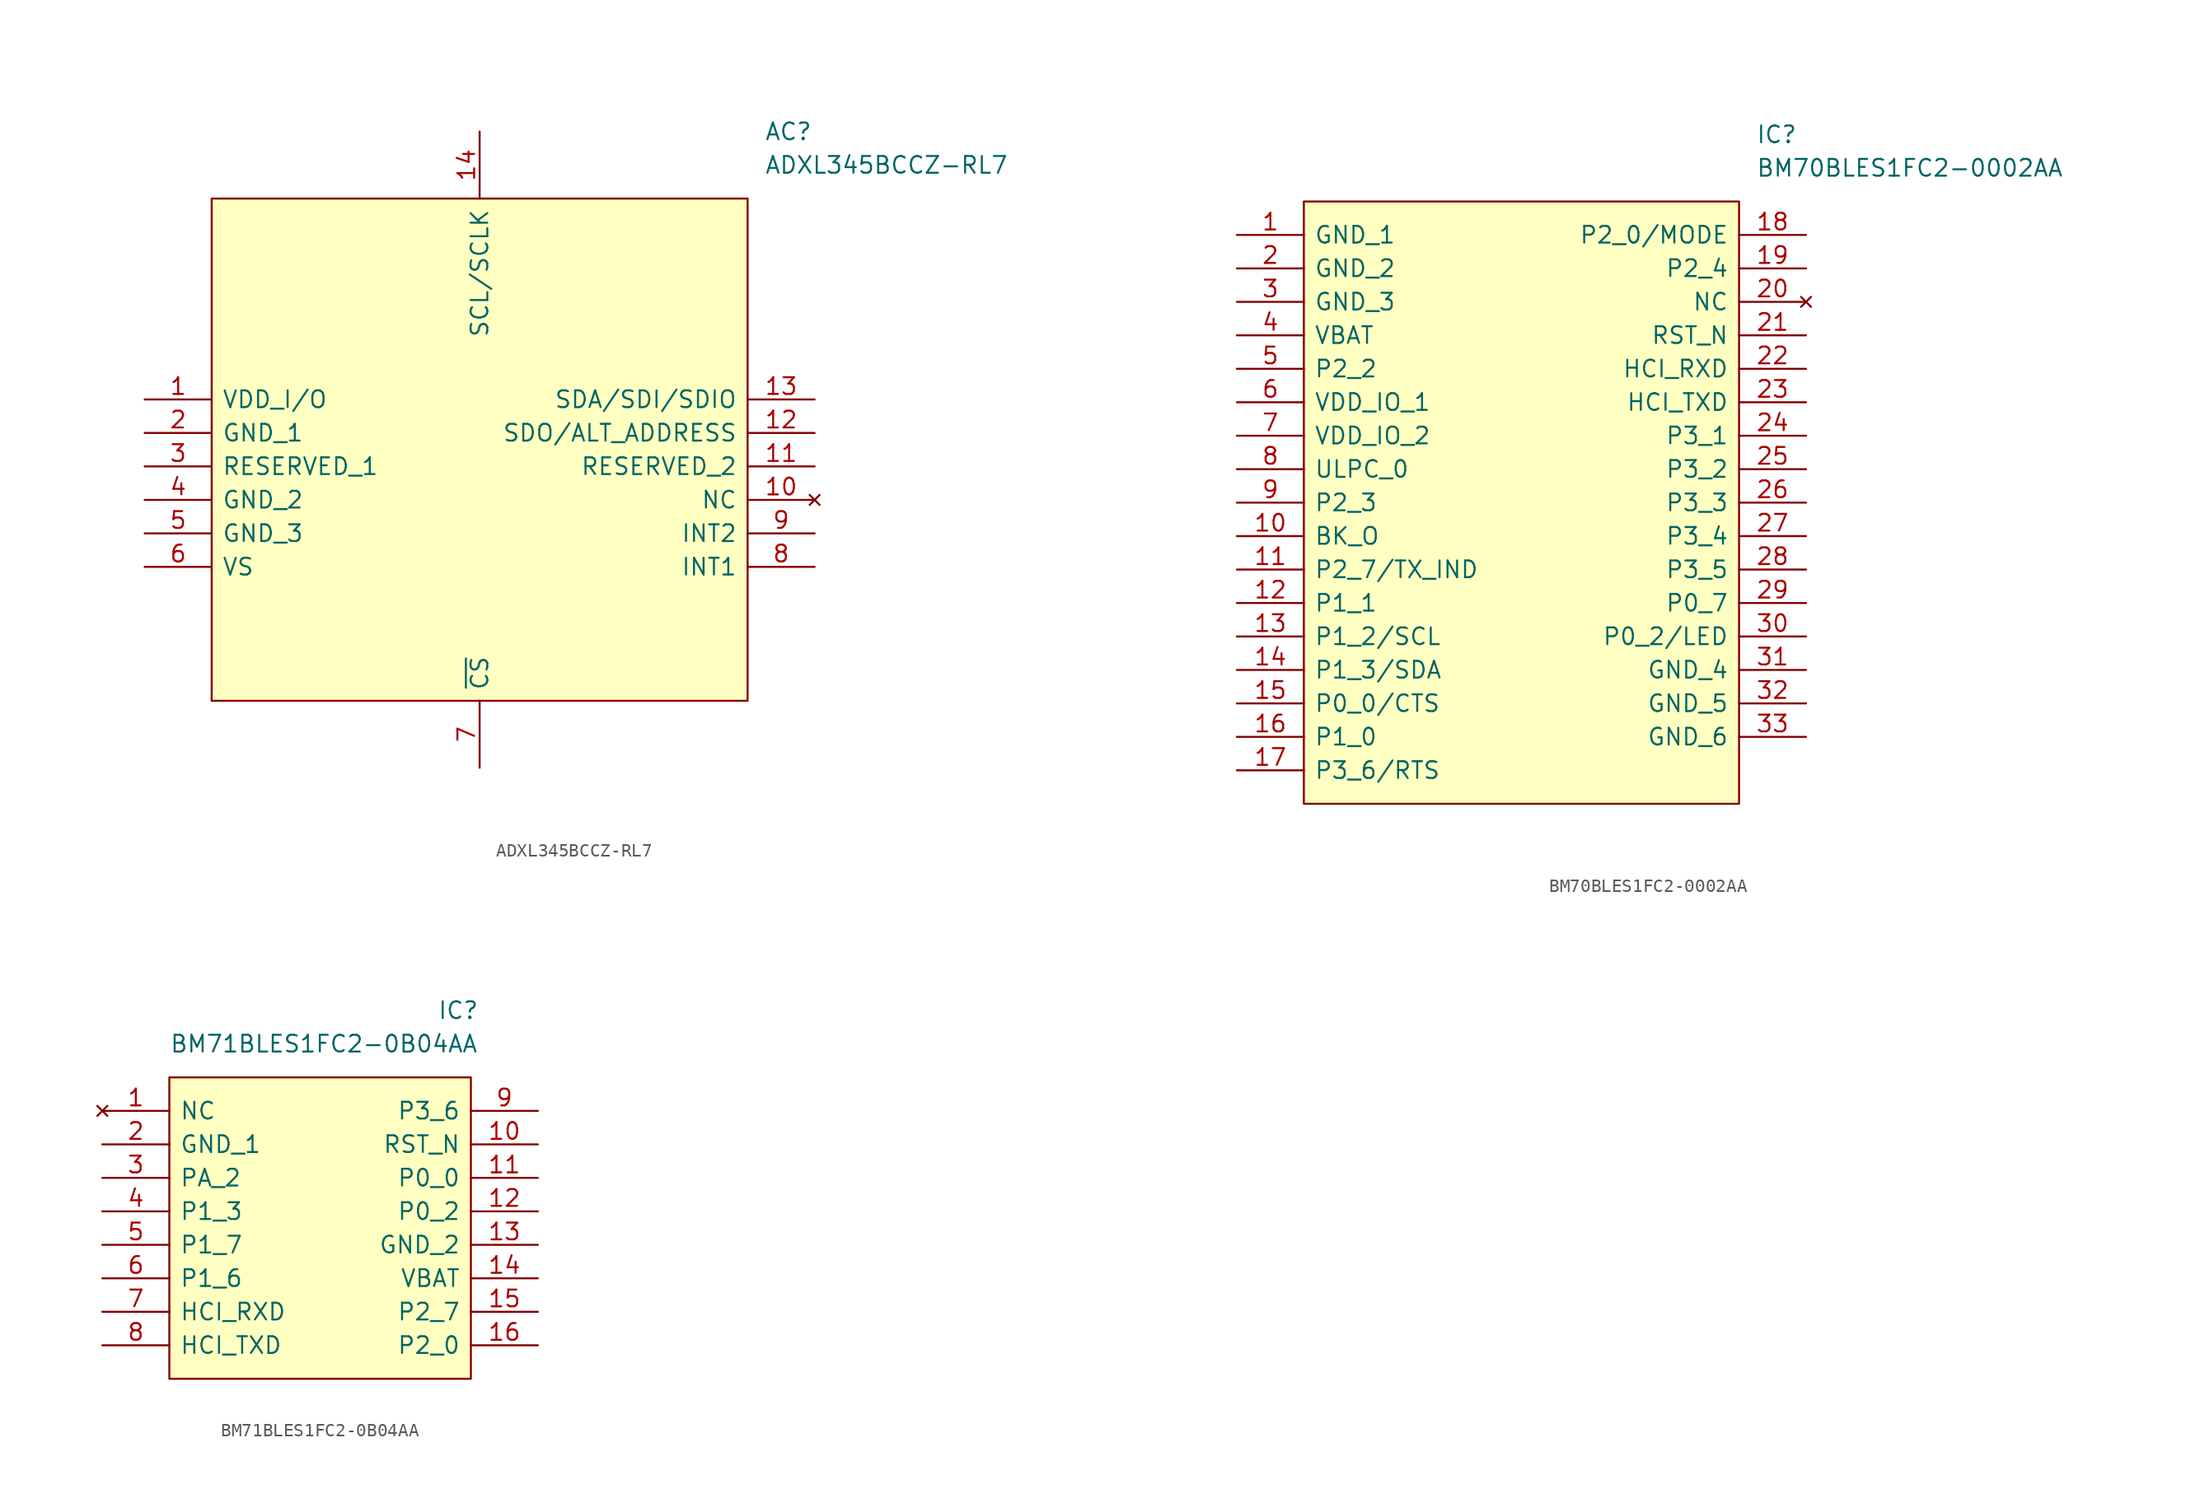
<source format=kicad_sym>
(kicad_symbol_lib
  (version 20220914)
  (generator kicad_symbol_editor)
  (symbol "ADXL345BCCZ-RL7"
    (pin_names
      (offset 0.762))
    (property "Reference" "AC"
      (at 46.99 20.32 0)
      (effects (font (size 1.27 1.27)) (justify left)))
    (property "Value" "ADXL345BCCZ-RL7"
      (at 46.99 17.78 0)
      (effects (font (size 1.27 1.27)) (justify left)))
    (symbol "ADXL345BCCZ-RL7_0_0"
      (pin passive line (at 0 0 0) (length 5.08) (name "VDD_I/O" (effects (font (size 1.27 1.27)))) (number "1" (effects (font (size 1.27 1.27)))))
      (pin no_connect line (at 50.8 -7.62 180) (length 5.08) (name "NC" (effects (font (size 1.27 1.27)))) (number "10" (effects (font (size 1.27 1.27)))))
      (pin passive line (at 50.8 -5.08 180) (length 5.08) (name "RESERVED_2" (effects (font (size 1.27 1.27)))) (number "11" (effects (font (size 1.27 1.27)))))
      (pin passive line (at 50.8 -2.54 180) (length 5.08) (name "SDO/ALT_ADDRESS" (effects (font (size 1.27 1.27)))) (number "12" (effects (font (size 1.27 1.27)))))
      (pin passive line (at 50.8 0 180) (length 5.08) (name "SDA/SDI/SDIO" (effects (font (size 1.27 1.27)))) (number "13" (effects (font (size 1.27 1.27)))))
      (pin passive line (at 25.4 20.32 270) (length 5.08) (name "SCL/SCLK" (effects (font (size 1.27 1.27)))) (number "14" (effects (font (size 1.27 1.27)))))
      (pin passive line (at 0 -2.54 0) (length 5.08) (name "GND_1" (effects (font (size 1.27 1.27)))) (number "2" (effects (font (size 1.27 1.27)))))
      (pin passive line (at 0 -5.08 0) (length 5.08) (name "RESERVED_1" (effects (font (size 1.27 1.27)))) (number "3" (effects (font (size 1.27 1.27)))))
      (pin passive line (at 0 -7.62 0) (length 5.08) (name "GND_2" (effects (font (size 1.27 1.27)))) (number "4" (effects (font (size 1.27 1.27)))))
      (pin passive line (at 0 -10.16 0) (length 5.08) (name "GND_3" (effects (font (size 1.27 1.27)))) (number "5" (effects (font (size 1.27 1.27)))))
      (pin passive line (at 0 -12.7 0) (length 5.08) (name "VS" (effects (font (size 1.27 1.27)))) (number "6" (effects (font (size 1.27 1.27)))))
      (pin passive line (at 25.4 -27.94 90) (length 5.08) (name "~{CS}" (effects (font (size 1.27 1.27)))) (number "7" (effects (font (size 1.27 1.27)))))
      (pin passive line (at 50.8 -12.7 180) (length 5.08) (name "INT1" (effects (font (size 1.27 1.27)))) (number "8" (effects (font (size 1.27 1.27)))))
      (pin passive line (at 50.8 -10.16 180) (length 5.08) (name "INT2" (effects (font (size 1.27 1.27)))) (number "9" (effects (font (size 1.27 1.27))))))
    (symbol "ADXL345BCCZ-RL7_1_1"
      (polyline (pts (xy 5.08 15.24) (xy 45.72 15.24) (xy 45.72 -22.86) (xy 5.08 -22.86) (xy 5.08 15.24)) (stroke (width 0.152) (type solid)) (fill (type background)))))
  (symbol "BM70BLES1FC2-0002AA"
    (pin_names
      (offset 0.762))
    (property "Reference" "IC"
      (at 39.37 7.62 0)
      (effects (font (size 1.27 1.27)) (justify left)))
    (property "Value" "BM70BLES1FC2-0002AA"
      (at 39.37 5.08 0)
      (effects (font (size 1.27 1.27)) (justify left)))
    (symbol "BM70BLES1FC2-0002AA_0_0"
      (pin passive line (at 0 0 0) (length 5.08) (name "GND_1" (effects (font (size 1.27 1.27)))) (number "1" (effects (font (size 1.27 1.27)))))
      (pin passive line (at 0 -22.86 0) (length 5.08) (name "BK_O" (effects (font (size 1.27 1.27)))) (number "10" (effects (font (size 1.27 1.27)))))
      (pin passive line (at 0 -25.4 0) (length 5.08) (name "P2_7/TX_IND" (effects (font (size 1.27 1.27)))) (number "11" (effects (font (size 1.27 1.27)))))
      (pin passive line (at 0 -27.94 0) (length 5.08) (name "P1_1" (effects (font (size 1.27 1.27)))) (number "12" (effects (font (size 1.27 1.27)))))
      (pin passive line (at 0 -30.48 0) (length 5.08) (name "P1_2/SCL" (effects (font (size 1.27 1.27)))) (number "13" (effects (font (size 1.27 1.27)))))
      (pin passive line (at 0 -33.02 0) (length 5.08) (name "P1_3/SDA" (effects (font (size 1.27 1.27)))) (number "14" (effects (font (size 1.27 1.27)))))
      (pin passive line (at 0 -35.56 0) (length 5.08) (name "P0_0/CTS" (effects (font (size 1.27 1.27)))) (number "15" (effects (font (size 1.27 1.27)))))
      (pin passive line (at 0 -38.1 0) (length 5.08) (name "P1_0" (effects (font (size 1.27 1.27)))) (number "16" (effects (font (size 1.27 1.27)))))
      (pin passive line (at 0 -40.64 0) (length 5.08) (name "P3_6/RTS" (effects (font (size 1.27 1.27)))) (number "17" (effects (font (size 1.27 1.27)))))
      (pin passive line (at 43.18 0 180) (length 5.08) (name "P2_0/MODE" (effects (font (size 1.27 1.27)))) (number "18" (effects (font (size 1.27 1.27)))))
      (pin passive line (at 43.18 -2.54 180) (length 5.08) (name "P2_4" (effects (font (size 1.27 1.27)))) (number "19" (effects (font (size 1.27 1.27)))))
      (pin passive line (at 0 -2.54 0) (length 5.08) (name "GND_2" (effects (font (size 1.27 1.27)))) (number "2" (effects (font (size 1.27 1.27)))))
      (pin no_connect line (at 43.18 -5.08 180) (length 5.08) (name "NC" (effects (font (size 1.27 1.27)))) (number "20" (effects (font (size 1.27 1.27)))))
      (pin passive line (at 43.18 -7.62 180) (length 5.08) (name "RST_N" (effects (font (size 1.27 1.27)))) (number "21" (effects (font (size 1.27 1.27)))))
      (pin passive line (at 43.18 -10.16 180) (length 5.08) (name "HCI_RXD" (effects (font (size 1.27 1.27)))) (number "22" (effects (font (size 1.27 1.27)))))
      (pin passive line (at 43.18 -12.7 180) (length 5.08) (name "HCI_TXD" (effects (font (size 1.27 1.27)))) (number "23" (effects (font (size 1.27 1.27)))))
      (pin passive line (at 43.18 -15.24 180) (length 5.08) (name "P3_1" (effects (font (size 1.27 1.27)))) (number "24" (effects (font (size 1.27 1.27)))))
      (pin passive line (at 43.18 -17.78 180) (length 5.08) (name "P3_2" (effects (font (size 1.27 1.27)))) (number "25" (effects (font (size 1.27 1.27)))))
      (pin passive line (at 43.18 -20.32 180) (length 5.08) (name "P3_3" (effects (font (size 1.27 1.27)))) (number "26" (effects (font (size 1.27 1.27)))))
      (pin passive line (at 43.18 -22.86 180) (length 5.08) (name "P3_4" (effects (font (size 1.27 1.27)))) (number "27" (effects (font (size 1.27 1.27)))))
      (pin passive line (at 43.18 -25.4 180) (length 5.08) (name "P3_5" (effects (font (size 1.27 1.27)))) (number "28" (effects (font (size 1.27 1.27)))))
      (pin passive line (at 43.18 -27.94 180) (length 5.08) (name "P0_7" (effects (font (size 1.27 1.27)))) (number "29" (effects (font (size 1.27 1.27)))))
      (pin passive line (at 0 -5.08 0) (length 5.08) (name "GND_3" (effects (font (size 1.27 1.27)))) (number "3" (effects (font (size 1.27 1.27)))))
      (pin passive line (at 43.18 -30.48 180) (length 5.08) (name "P0_2/LED" (effects (font (size 1.27 1.27)))) (number "30" (effects (font (size 1.27 1.27)))))
      (pin passive line (at 43.18 -33.02 180) (length 5.08) (name "GND_4" (effects (font (size 1.27 1.27)))) (number "31" (effects (font (size 1.27 1.27)))))
      (pin passive line (at 43.18 -35.56 180) (length 5.08) (name "GND_5" (effects (font (size 1.27 1.27)))) (number "32" (effects (font (size 1.27 1.27)))))
      (pin passive line (at 43.18 -38.1 180) (length 5.08) (name "GND_6" (effects (font (size 1.27 1.27)))) (number "33" (effects (font (size 1.27 1.27)))))
      (pin passive line (at 0 -7.62 0) (length 5.08) (name "VBAT" (effects (font (size 1.27 1.27)))) (number "4" (effects (font (size 1.27 1.27)))))
      (pin passive line (at 0 -10.16 0) (length 5.08) (name "P2_2" (effects (font (size 1.27 1.27)))) (number "5" (effects (font (size 1.27 1.27)))))
      (pin passive line (at 0 -12.7 0) (length 5.08) (name "VDD_IO_1" (effects (font (size 1.27 1.27)))) (number "6" (effects (font (size 1.27 1.27)))))
      (pin passive line (at 0 -15.24 0) (length 5.08) (name "VDD_IO_2" (effects (font (size 1.27 1.27)))) (number "7" (effects (font (size 1.27 1.27)))))
      (pin passive line (at 0 -17.78 0) (length 5.08) (name "ULPC_0" (effects (font (size 1.27 1.27)))) (number "8" (effects (font (size 1.27 1.27)))))
      (pin passive line (at 0 -20.32 0) (length 5.08) (name "P2_3" (effects (font (size 1.27 1.27)))) (number "9" (effects (font (size 1.27 1.27))))))
    (symbol "BM70BLES1FC2-0002AA_1_1"
      (polyline (pts (xy 5.08 2.54) (xy 38.1 2.54) (xy 38.1 -43.18) (xy 5.08 -43.18) (xy 5.08 2.54)) (stroke (width 0.152) (type solid)) (fill (type background)))))
  (symbol "BM71BLES1FC2-0B04AA"
    (pin_names
      (offset 0.762))
    (property "Reference" "IC"
      (at 25.4 7.62 0)
      (effects (font (size 1.27 1.27)) (justify left)))
    (property "Value" "BM71BLES1FC2-0B04AA"
      (at 5.08 5.08 0)
      (effects (font (size 1.27 1.27)) (justify left)))
    (symbol "BM71BLES1FC2-0B04AA_0_0"
      (pin no_connect line (at 0 0 0) (length 5.08) (name "NC" (effects (font (size 1.27 1.27)))) (number "1" (effects (font (size 1.27 1.27)))))
      (pin passive line (at 33.02 -2.54 180) (length 5.08) (name "RST_N" (effects (font (size 1.27 1.27)))) (number "10" (effects (font (size 1.27 1.27)))))
      (pin passive line (at 33.02 -5.08 180) (length 5.08) (name "P0_0" (effects (font (size 1.27 1.27)))) (number "11" (effects (font (size 1.27 1.27)))))
      (pin passive line (at 33.02 -7.62 180) (length 5.08) (name "P0_2" (effects (font (size 1.27 1.27)))) (number "12" (effects (font (size 1.27 1.27)))))
      (pin passive line (at 33.02 -10.16 180) (length 5.08) (name "GND_2" (effects (font (size 1.27 1.27)))) (number "13" (effects (font (size 1.27 1.27)))))
      (pin passive line (at 33.02 -12.7 180) (length 5.08) (name "VBAT" (effects (font (size 1.27 1.27)))) (number "14" (effects (font (size 1.27 1.27)))))
      (pin passive line (at 33.02 -15.24 180) (length 5.08) (name "P2_7" (effects (font (size 1.27 1.27)))) (number "15" (effects (font (size 1.27 1.27)))))
      (pin passive line (at 33.02 -17.78 180) (length 5.08) (name "P2_0" (effects (font (size 1.27 1.27)))) (number "16" (effects (font (size 1.27 1.27)))))
      (pin passive line (at 0 -2.54 0) (length 5.08) (name "GND_1" (effects (font (size 1.27 1.27)))) (number "2" (effects (font (size 1.27 1.27)))))
      (pin passive line (at 0 -5.08 0) (length 5.08) (name "PA_2" (effects (font (size 1.27 1.27)))) (number "3" (effects (font (size 1.27 1.27)))))
      (pin passive line (at 0 -7.62 0) (length 5.08) (name "P1_3" (effects (font (size 1.27 1.27)))) (number "4" (effects (font (size 1.27 1.27)))))
      (pin passive line (at 0 -10.16 0) (length 5.08) (name "P1_7" (effects (font (size 1.27 1.27)))) (number "5" (effects (font (size 1.27 1.27)))))
      (pin passive line (at 0 -12.7 0) (length 5.08) (name "P1_6" (effects (font (size 1.27 1.27)))) (number "6" (effects (font (size 1.27 1.27)))))
      (pin passive line (at 0 -15.24 0) (length 5.08) (name "HCI_RXD" (effects (font (size 1.27 1.27)))) (number "7" (effects (font (size 1.27 1.27)))))
      (pin passive line (at 0 -17.78 0) (length 5.08) (name "HCI_TXD" (effects (font (size 1.27 1.27)))) (number "8" (effects (font (size 1.27 1.27)))))
      (pin passive line (at 33.02 0 180) (length 5.08) (name "P3_6" (effects (font (size 1.27 1.27)))) (number "9" (effects (font (size 1.27 1.27))))))
    (symbol "BM71BLES1FC2-0B04AA_1_1"
      (polyline (pts (xy 5.08 2.54) (xy 27.94 2.54) (xy 27.94 -20.32) (xy 5.08 -20.32) (xy 5.08 2.54)) (stroke (width 0.152) (type solid)) (fill (type background))))))
</source>
